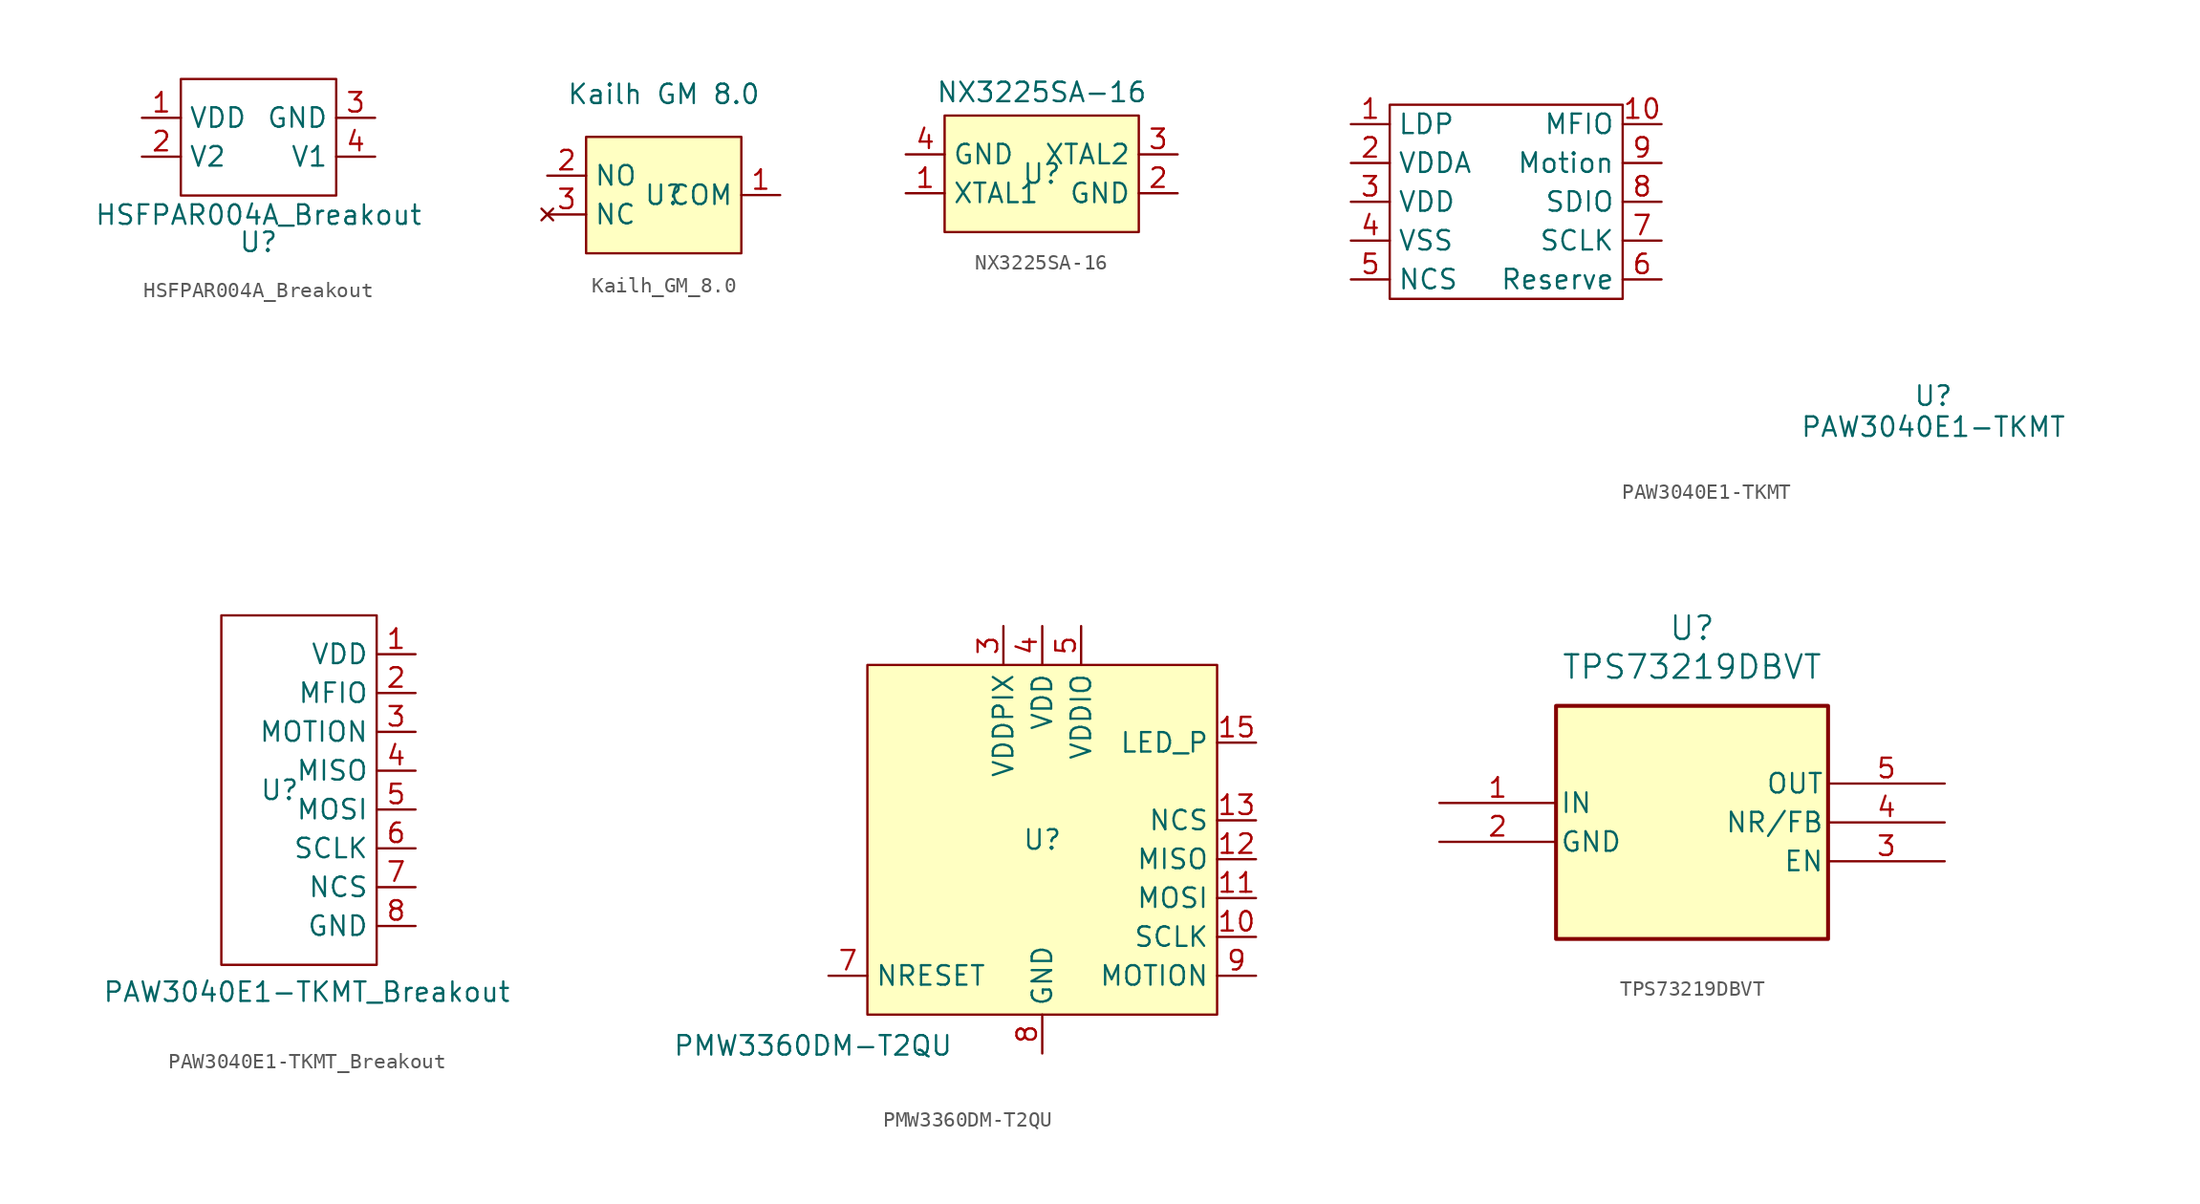
<source format=kicad_sym>
(kicad_symbol_lib
  (version 20231120)
  (generator "kicad_symbol_editor")
  (generator_version "8.0")
  (symbol "HSFPAR004A_Breakout"
    (property "Reference" "U"
      (at 0 -6.858 0)
      (effects (font (size 1.27 1.27))))
    (property "Value" "HSFPAR004A_Breakout"
      (at 0 -5.08 0)
      (effects (font (size 1.27 1.27))))
    (symbol "HSFPAR004A_Breakout_0_1"
      (rectangle (start -5.08 3.81) (end 5.08 -3.81) (stroke (width 0) (type default)) (fill (type none))))
    (symbol "HSFPAR004A_Breakout_1_1"
      (pin power_in line (at -7.62 1.27 0) (length 2.54) (name "VDD" (effects (font (size 1.27 1.27)))) (number "1" (effects (font (size 1.27 1.27)))))
      (pin output line (at -7.62 -1.27 0) (length 2.54) (name "V2" (effects (font (size 1.27 1.27)))) (number "2" (effects (font (size 1.27 1.27)))))
      (pin power_in line (at 7.62 1.27 180) (length 2.54) (name "GND" (effects (font (size 1.27 1.27)))) (number "3" (effects (font (size 1.27 1.27)))))
      (pin power_in line (at 7.62 -1.27 180) (length 2.54) (name "V1" (effects (font (size 1.27 1.27)))) (number "4" (effects (font (size 1.27 1.27)))))))
  (symbol "Kailh_GM_8.0"
    (property "Reference" "U"
      (at 0 0 0)
      (effects (font (size 1.27 1.27))))
    (property "Value" "Kailh GM 8.0"
      (at 0 6.604 0)
      (effects (font (size 1.27 1.27))))
    (symbol "Kailh_GM_8.0_1_1"
      (rectangle (start -5.08 3.81) (end 5.08 -3.81) (stroke (width 0) (type default)) (fill (type background)))
      (pin input line (at 7.62 0 180) (length 2.54) (name "COM" (effects (font (size 1.27 1.27)))) (number "1" (effects (font (size 1.27 1.27)))))
      (pin input line (at -7.62 1.27 0) (length 2.54) (name "NO" (effects (font (size 1.27 1.27)))) (number "2" (effects (font (size 1.27 1.27)))))
      (pin no_connect line (at -7.62 -1.27 0) (length 2.54) (name "NC" (effects (font (size 1.27 1.27)))) (number "3" (effects (font (size 1.27 1.27)))))))
  (symbol "NX3225SA-16"
    (property "Reference" "U"
      (at 0 0 0)
      (effects (font (size 1.27 1.27))))
    (property "Value" "NX3225SA-16"
      (at 0 5.334 0)
      (effects (font (size 1.27 1.27))))
    (symbol "NX3225SA-16_1_1"
      (rectangle (start -6.35 3.81) (end 6.35 -3.81) (stroke (width 0) (type default)) (fill (type background)))
      (pin output line (at -8.89 -1.27 0) (length 2.54) (name "XTAL1" (effects (font (size 1.27 1.27)))) (number "1" (effects (font (size 1.27 1.27)))))
      (pin power_in line (at 8.89 -1.27 180) (length 2.54) (name "GND" (effects (font (size 1.27 1.27)))) (number "2" (effects (font (size 1.27 1.27)))))
      (pin input line (at 8.89 1.27 180) (length 2.54) (name "XTAL2" (effects (font (size 1.27 1.27)))) (number "3" (effects (font (size 1.27 1.27)))))
      (pin power_in line (at -8.89 1.27 0) (length 2.54) (name "GND" (effects (font (size 1.27 1.27)))) (number "4" (effects (font (size 1.27 1.27)))))))
  (symbol "PAW3040E1-TKMT"
    (property "Reference" "U"
      (at 0 0 0)
      (effects (font (size 1.27 1.27))))
    (property "Value" "PAW3040E1-TKMT"
      (at 0 -2.032 0)
      (effects (font (size 1.27 1.27))))
    (symbol "PAW3040E1-TKMT_0_1"
      (polyline (pts (xy -35.56 19.05) (xy -20.32 19.05) (xy -20.32 6.35) (xy -35.56 6.35) (xy -35.56 7.62) (xy -35.56 19.05)) (stroke (width 0) (type default)) (fill (type none))))
    (symbol "PAW3040E1-TKMT_1_1"
      (pin power_in line (at -38.1 17.78 0) (length 2.54) (name "LDP" (effects (font (size 1.27 1.27)))) (number "1" (effects (font (size 1.27 1.27)))))
      (pin input line (at -17.78 17.78 180) (length 2.54) (name "MFIO" (effects (font (size 1.27 1.27)))) (number "10" (effects (font (size 1.27 1.27)))))
      (pin power_in line (at -38.1 15.24 0) (length 2.54) (name "VDDA" (effects (font (size 1.27 1.27)))) (number "2" (effects (font (size 1.27 1.27)))))
      (pin power_in line (at -38.1 12.7 0) (length 2.54) (name "VDD" (effects (font (size 1.27 1.27)))) (number "3" (effects (font (size 1.27 1.27)))))
      (pin power_in line (at -38.1 10.16 0) (length 2.54) (name "VSS" (effects (font (size 1.27 1.27)))) (number "4" (effects (font (size 1.27 1.27)))))
      (pin input line (at -38.1 7.62 0) (length 2.54) (name "NCS" (effects (font (size 1.27 1.27)))) (number "5" (effects (font (size 1.27 1.27)))))
      (pin input line (at -17.78 7.62 180) (length 2.54) (name "Reserve" (effects (font (size 1.27 1.27)))) (number "6" (effects (font (size 1.27 1.27)))))
      (pin input line (at -17.78 10.16 180) (length 2.54) (name "SCLK" (effects (font (size 1.27 1.27)))) (number "7" (effects (font (size 1.27 1.27)))))
      (pin bidirectional line (at -17.78 12.7 180) (length 2.54) (name "SDIO" (effects (font (size 1.27 1.27)))) (number "8" (effects (font (size 1.27 1.27)))))
      (pin output line (at -17.78 15.24 180) (length 2.54) (name "Motion" (effects (font (size 1.27 1.27)))) (number "9" (effects (font (size 1.27 1.27)))))))
  (symbol "PAW3040E1-TKMT_Breakout"
    (property "Reference" "U"
      (at -1.27 0 0)
      (effects (font (size 1.27 1.27))))
    (property "Value" "PAW3040E1-TKMT_Breakout"
      (at 0.508 -13.208 0)
      (effects (font (size 1.27 1.27))))
    (symbol "PAW3040E1-TKMT_Breakout_0_1"
      (rectangle (start -5.08 11.43) (end 5.08 -11.43) (stroke (width 0) (type default)) (fill (type none))))
    (symbol "PAW3040E1-TKMT_Breakout_1_1"
      (pin power_in line (at 7.62 8.89 180) (length 2.54) (name "VDD" (effects (font (size 1.27 1.27)))) (number "1" (effects (font (size 1.27 1.27)))))
      (pin input line (at 7.62 6.35 180) (length 2.54) (name "MFIO" (effects (font (size 1.27 1.27)))) (number "2" (effects (font (size 1.27 1.27)))))
      (pin output line (at 7.62 3.81 180) (length 2.54) (name "MOTION" (effects (font (size 1.27 1.27)))) (number "3" (effects (font (size 1.27 1.27)))))
      (pin output line (at 7.62 1.27 180) (length 2.54) (name "MISO" (effects (font (size 1.27 1.27)))) (number "4" (effects (font (size 1.27 1.27)))))
      (pin input line (at 7.62 -1.27 180) (length 2.54) (name "MOSI" (effects (font (size 1.27 1.27)))) (number "5" (effects (font (size 1.27 1.27)))))
      (pin input line (at 7.62 -3.81 180) (length 2.54) (name "SCLK" (effects (font (size 1.27 1.27)))) (number "6" (effects (font (size 1.27 1.27)))))
      (pin input line (at 7.62 -6.35 180) (length 2.54) (name "NCS" (effects (font (size 1.27 1.27)))) (number "7" (effects (font (size 1.27 1.27)))))
      (pin power_in line (at 7.62 -8.89 180) (length 2.54) (name "GND" (effects (font (size 1.27 1.27)))) (number "8" (effects (font (size 1.27 1.27)))))))
  (symbol "PMW3360DM-T2QU"
    (property "Reference" "U"
      (at 0 0 0)
      (effects (font (size 1.27 1.27))))
    (property "Value" "PMW3360DM-T2QU"
      (at -14.986 -13.462 0)
      (effects (font (size 1.27 1.27))))
    (symbol "PMW3360DM-T2QU_1_1"
      (rectangle (start -11.43 11.43) (end 11.43 -11.43) (stroke (width 0) (type default)) (fill (type background)))
      (pin no_connect line (at -13.97 8.89 0) (length 2.54) hide (name "NC" (effects (font (size 1.27 1.27)))) (number "1" (effects (font (size 1.27 1.27)))))
      (pin input line (at 13.97 -6.35 180) (length 2.54) (name "SCLK" (effects (font (size 1.27 1.27)))) (number "10" (effects (font (size 1.27 1.27)))))
      (pin input line (at 13.97 -3.81 180) (length 2.54) (name "MOSI" (effects (font (size 1.27 1.27)))) (number "11" (effects (font (size 1.27 1.27)))))
      (pin output line (at 13.97 -1.27 180) (length 2.54) (name "MISO" (effects (font (size 1.27 1.27)))) (number "12" (effects (font (size 1.27 1.27)))))
      (pin input line (at 13.97 1.27 180) (length 2.54) (name "NCS" (effects (font (size 1.27 1.27)))) (number "13" (effects (font (size 1.27 1.27)))))
      (pin no_connect line (at 13.97 3.81 180) (length 2.54) hide (name "NC" (effects (font (size 1.27 1.27)))) (number "14" (effects (font (size 1.27 1.27)))))
      (pin input line (at 13.97 6.35 180) (length 2.54) (name "LED_P" (effects (font (size 1.27 1.27)))) (number "15" (effects (font (size 1.27 1.27)))))
      (pin no_connect line (at 13.97 8.89 180) (length 2.54) hide (name "NC" (effects (font (size 1.27 1.27)))) (number "16" (effects (font (size 1.27 1.27)))))
      (pin no_connect line (at -13.97 6.35 0) (length 2.54) hide (name "NC" (effects (font (size 1.27 1.27)))) (number "2" (effects (font (size 1.27 1.27)))))
      (pin power_out line (at -2.54 13.97 270) (length 2.54) (name "VDDPIX" (effects (font (size 1.27 1.27)))) (number "3" (effects (font (size 1.27 1.27)))))
      (pin power_in line (at 0 13.97 270) (length 2.54) (name "VDD" (effects (font (size 1.27 1.27)))) (number "4" (effects (font (size 1.27 1.27)))))
      (pin power_in line (at 2.54 13.97 270) (length 2.54) (name "VDDIO" (effects (font (size 1.27 1.27)))) (number "5" (effects (font (size 1.27 1.27)))))
      (pin no_connect line (at -13.97 -6.35 0) (length 2.54) hide (name "NC" (effects (font (size 1.27 1.27)))) (number "6" (effects (font (size 1.27 1.27)))))
      (pin input line (at -13.97 -8.89 0) (length 2.54) (name "NRESET" (effects (font (size 1.27 1.27)))) (number "7" (effects (font (size 1.27 1.27)))))
      (pin power_in line (at 0 -13.97 90) (length 2.54) (name "GND" (effects (font (size 1.27 1.27)))) (number "8" (effects (font (size 1.27 1.27)))))
      (pin output line (at 13.97 -8.89 180) (length 2.54) (name "MOTION" (effects (font (size 1.27 1.27)))) (number "9" (effects (font (size 1.27 1.27)))))))
  (symbol "TPS73219DBVT"
    (pin_names
      (offset 0.254))
    (property "Reference" "U"
      (at 0 12.7 0)
      (effects (font (size 1.524 1.524))))
    (property "Value" "TPS73219DBVT"
      (at 0 10.16 0)
      (effects (font (size 1.524 1.524))))
    (property "ki_locked" ""
      (at 0 0 0)
      (effects (font (size 1.27 1.27))))
    (symbol "TPS73219DBVT_0_1"
      (pin power_in line (at -16.51 -1.27 0) (length 7.62) (name "GND" (effects (font (size 1.27 1.27)))) (number "2" (effects (font (size 1.27 1.27)))))
      (pin bidirectional line (at 16.51 0 180) (length 7.62) (name "NR/FB" (effects (font (size 1.27 1.27)))) (number "4" (effects (font (size 1.27 1.27))))))
    (symbol "TPS73219DBVT_1_1"
      (rectangle (start -8.89 7.62) (end 8.89 -7.62) (stroke (width 0.254) (type default)) (fill (type background)))
      (pin power_in line (at -16.51 1.27 0) (length 7.62) (name "IN" (effects (font (size 1.27 1.27)))) (number "1" (effects (font (size 1.27 1.27)))))
      (pin input line (at 16.51 -2.54 180) (length 7.62) (name "EN" (effects (font (size 1.27 1.27)))) (number "3" (effects (font (size 1.27 1.27)))))
      (pin power_out line (at 16.51 2.54 180) (length 7.62) (name "OUT" (effects (font (size 1.27 1.27)))) (number "5" (effects (font (size 1.27 1.27))))))))
</source>
